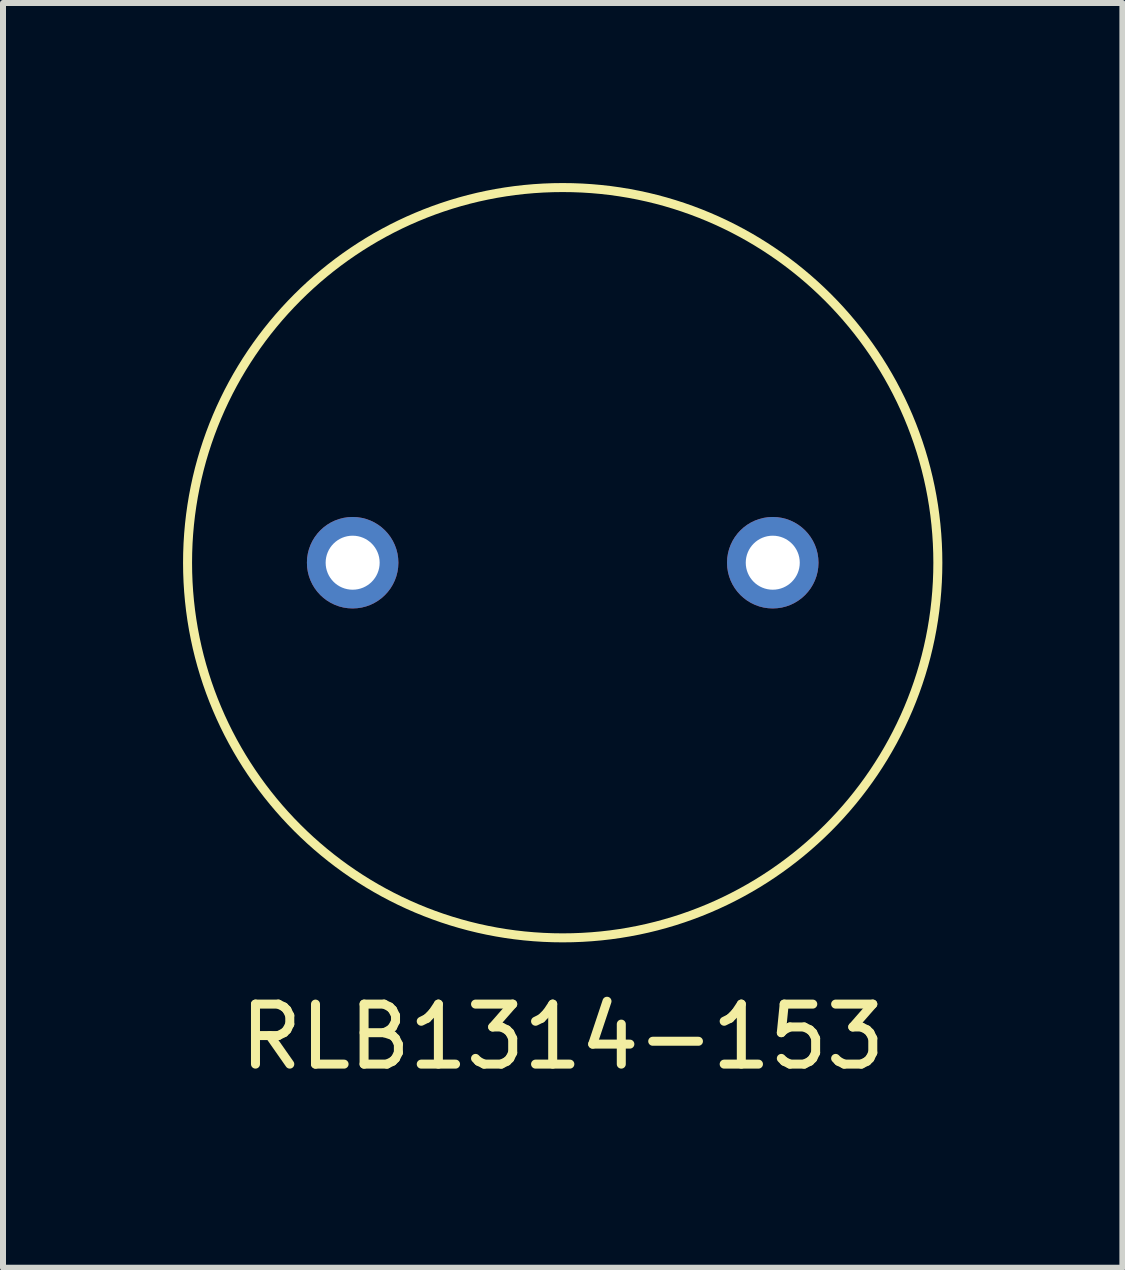
<source format=kicad_pcb>
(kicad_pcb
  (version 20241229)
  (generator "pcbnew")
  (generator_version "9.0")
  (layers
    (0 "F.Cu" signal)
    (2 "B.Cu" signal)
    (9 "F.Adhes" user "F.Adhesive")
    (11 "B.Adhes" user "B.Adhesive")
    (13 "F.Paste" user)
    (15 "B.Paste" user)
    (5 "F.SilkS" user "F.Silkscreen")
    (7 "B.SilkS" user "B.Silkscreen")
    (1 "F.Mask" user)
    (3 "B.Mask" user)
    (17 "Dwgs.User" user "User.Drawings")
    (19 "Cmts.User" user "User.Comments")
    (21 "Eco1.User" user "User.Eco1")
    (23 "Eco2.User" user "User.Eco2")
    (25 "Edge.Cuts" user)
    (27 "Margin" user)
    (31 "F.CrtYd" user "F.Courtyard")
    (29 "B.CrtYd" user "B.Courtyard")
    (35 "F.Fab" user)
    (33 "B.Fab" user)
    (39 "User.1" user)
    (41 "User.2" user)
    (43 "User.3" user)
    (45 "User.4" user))
  (footprint "RLB1314-153"
    (layer "F.Cu")
    (at 6.326 6.326)
    (property "Reference" "RLB1314-153" (at 0 7.9 0) (layer "F.SilkS") (effects (font (size 1 1) (thickness 0.15))))
    (attr through_hole)
    (fp_circle (center 0 0) (end 6.25 0.1) (stroke (width 0.15) (type solid)) (fill no) (layer "F.SilkS"))
    (pad "1" thru_hole circle (at 3.5 0) (size 1.524 1.524) (drill 0.9) (layers "*.Cu" "*.Mask"))
    (pad "2" thru_hole circle (at -3.5 0) (size 1.524 1.524) (drill 0.9) (layers "*.Cu" "*.Mask")))
  (gr_rect
    (start -3 -3)
    (end 15.652 18.074)
    (stroke (width 0.1) (type default))
    (fill no)
    (layer "Edge.Cuts")))
</source>
